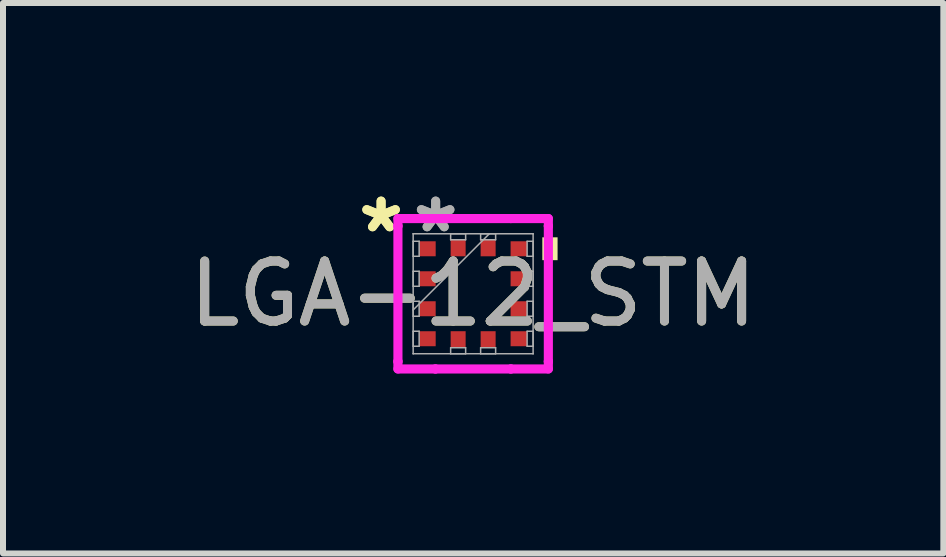
<source format=kicad_pcb>
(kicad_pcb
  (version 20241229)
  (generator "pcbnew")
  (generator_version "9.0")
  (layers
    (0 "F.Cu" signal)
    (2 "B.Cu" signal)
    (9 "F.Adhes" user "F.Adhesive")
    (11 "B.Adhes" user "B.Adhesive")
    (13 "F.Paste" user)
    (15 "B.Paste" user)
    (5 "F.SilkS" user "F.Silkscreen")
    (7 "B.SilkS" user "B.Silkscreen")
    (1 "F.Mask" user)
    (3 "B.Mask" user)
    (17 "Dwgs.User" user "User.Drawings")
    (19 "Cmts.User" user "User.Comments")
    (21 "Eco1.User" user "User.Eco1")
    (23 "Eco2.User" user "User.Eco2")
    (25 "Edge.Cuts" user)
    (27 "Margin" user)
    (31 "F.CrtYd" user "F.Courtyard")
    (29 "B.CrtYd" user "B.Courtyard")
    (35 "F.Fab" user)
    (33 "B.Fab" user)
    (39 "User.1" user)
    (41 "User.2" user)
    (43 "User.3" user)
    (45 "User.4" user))
  (footprint "LGA-12_STM"
    (layer "F.Cu")
    (at 4.839 1.848)
    (property "Reference" "LGA-12_STM" (at 0 0 0) (unlocked yes) (layer "F.SilkS") (effects (font (size 1 1) (thickness 0.15))))
    (attr smd)
    (fp_poly (pts (xy 1.408 -0.941) (xy 1.408 -0.56) (xy 1.154 -0.56) (xy 1.154 -0.941)) (stroke (width 0) (type solid)) (fill yes) (layer "F.SilkS"))
    (fp_line (start -1.254 -1.254) (end -0.629 -1.254) (stroke (width 0.152) (type solid)) (layer "F.CrtYd"))
    (fp_line (start -1.254 -1.129) (end -1.254 -1.254) (stroke (width 0.152) (type solid)) (layer "F.CrtYd"))
    (fp_line (start -1.254 -1.129) (end -1.254 -1.129) (stroke (width 0.152) (type solid)) (layer "F.CrtYd"))
    (fp_line (start -1.254 1.129) (end -1.254 -1.129) (stroke (width 0.152) (type solid)) (layer "F.CrtYd"))
    (fp_line (start -1.254 1.129) (end -1.254 1.129) (stroke (width 0.152) (type solid)) (layer "F.CrtYd"))
    (fp_line (start -1.254 1.254) (end -1.254 1.129) (stroke (width 0.152) (type solid)) (layer "F.CrtYd"))
    (fp_line (start -0.629 -1.254) (end -0.629 -1.254) (stroke (width 0.152) (type solid)) (layer "F.CrtYd"))
    (fp_line (start -0.629 -1.254) (end 0.629 -1.254) (stroke (width 0.152) (type solid)) (layer "F.CrtYd"))
    (fp_line (start -0.629 1.254) (end -1.254 1.254) (stroke (width 0.152) (type solid)) (layer "F.CrtYd"))
    (fp_line (start -0.629 1.254) (end -0.629 1.254) (stroke (width 0.152) (type solid)) (layer "F.CrtYd"))
    (fp_line (start 0.629 -1.254) (end 0.629 -1.254) (stroke (width 0.152) (type solid)) (layer "F.CrtYd"))
    (fp_line (start 0.629 -1.254) (end 1.254 -1.254) (stroke (width 0.152) (type solid)) (layer "F.CrtYd"))
    (fp_line (start 0.629 1.254) (end -0.629 1.254) (stroke (width 0.152) (type solid)) (layer "F.CrtYd"))
    (fp_line (start 0.629 1.254) (end 0.629 1.254) (stroke (width 0.152) (type solid)) (layer "F.CrtYd"))
    (fp_line (start 1.254 -1.254) (end 1.254 -1.129) (stroke (width 0.152) (type solid)) (layer "F.CrtYd"))
    (fp_line (start 1.254 -1.129) (end 1.254 -1.129) (stroke (width 0.152) (type solid)) (layer "F.CrtYd"))
    (fp_line (start 1.254 -1.129) (end 1.254 1.129) (stroke (width 0.152) (type solid)) (layer "F.CrtYd"))
    (fp_line (start 1.254 1.129) (end 1.254 1.129) (stroke (width 0.152) (type solid)) (layer "F.CrtYd"))
    (fp_line (start 1.254 1.129) (end 1.254 1.254) (stroke (width 0.152) (type solid)) (layer "F.CrtYd"))
    (fp_line (start 1.254 1.254) (end 0.629 1.254) (stroke (width 0.152) (type solid)) (layer "F.CrtYd"))
    (fp_line (start -1 -1) (end -1 -1) (stroke (width 0.025) (type solid)) (layer "F.Fab"))
    (fp_line (start -1 -1) (end -1 1) (stroke (width 0.025) (type solid)) (layer "F.Fab"))
    (fp_line (start -1 -0.875) (end -0.9 -0.875) (stroke (width 0.025) (type solid)) (layer "F.Fab"))
    (fp_line (start -1 -0.625) (end -1 -0.875) (stroke (width 0.025) (type solid)) (layer "F.Fab"))
    (fp_line (start -1 -0.375) (end -0.9 -0.375) (stroke (width 0.025) (type solid)) (layer "F.Fab"))
    (fp_line (start -1 -0.125) (end -1 -0.375) (stroke (width 0.025) (type solid)) (layer "F.Fab"))
    (fp_line (start -1 0.125) (end -0.9 0.125) (stroke (width 0.025) (type solid)) (layer "F.Fab"))
    (fp_line (start -1 0.27) (end 0.27 -1) (stroke (width 0.025) (type solid)) (layer "F.Fab"))
    (fp_line (start -1 0.375) (end -1 0.125) (stroke (width 0.025) (type solid)) (layer "F.Fab"))
    (fp_line (start -1 0.625) (end -0.9 0.625) (stroke (width 0.025) (type solid)) (layer "F.Fab"))
    (fp_line (start -1 0.875) (end -1 0.625) (stroke (width 0.025) (type solid)) (layer "F.Fab"))
    (fp_line (start -1 1) (end -1 1) (stroke (width 0.025) (type solid)) (layer "F.Fab"))
    (fp_line (start -1 1) (end 1 1) (stroke (width 0.025) (type solid)) (layer "F.Fab"))
    (fp_line (start -0.9 -0.875) (end -0.9 -0.625) (stroke (width 0.025) (type solid)) (layer "F.Fab"))
    (fp_line (start -0.9 -0.625) (end -1 -0.625) (stroke (width 0.025) (type solid)) (layer "F.Fab"))
    (fp_line (start -0.9 -0.375) (end -0.9 -0.125) (stroke (width 0.025) (type solid)) (layer "F.Fab"))
    (fp_line (start -0.9 -0.125) (end -1 -0.125) (stroke (width 0.025) (type solid)) (layer "F.Fab"))
    (fp_line (start -0.9 0.125) (end -0.9 0.375) (stroke (width 0.025) (type solid)) (layer "F.Fab"))
    (fp_line (start -0.9 0.375) (end -1 0.375) (stroke (width 0.025) (type solid)) (layer "F.Fab"))
    (fp_line (start -0.9 0.625) (end -0.9 0.875) (stroke (width 0.025) (type solid)) (layer "F.Fab"))
    (fp_line (start -0.9 0.875) (end -1 0.875) (stroke (width 0.025) (type solid)) (layer "F.Fab"))
    (fp_line (start -0.375 -1) (end -0.125 -1) (stroke (width 0.025) (type solid)) (layer "F.Fab"))
    (fp_line (start -0.375 -0.9) (end -0.375 -1) (stroke (width 0.025) (type solid)) (layer "F.Fab"))
    (fp_line (start -0.375 0.9) (end -0.125 0.9) (stroke (width 0.025) (type solid)) (layer "F.Fab"))
    (fp_line (start -0.375 1) (end -0.375 0.9) (stroke (width 0.025) (type solid)) (layer "F.Fab"))
    (fp_line (start -0.125 -1) (end -0.125 -0.9) (stroke (width 0.025) (type solid)) (layer "F.Fab"))
    (fp_line (start -0.125 -0.9) (end -0.375 -0.9) (stroke (width 0.025) (type solid)) (layer "F.Fab"))
    (fp_line (start -0.125 0.9) (end -0.125 1) (stroke (width 0.025) (type solid)) (layer "F.Fab"))
    (fp_line (start -0.125 1) (end -0.375 1) (stroke (width 0.025) (type solid)) (layer "F.Fab"))
    (fp_line (start 0.125 -1) (end 0.375 -1) (stroke (width 0.025) (type solid)) (layer "F.Fab"))
    (fp_line (start 0.125 -0.9) (end 0.125 -1) (stroke (width 0.025) (type solid)) (layer "F.Fab"))
    (fp_line (start 0.125 0.9) (end 0.375 0.9) (stroke (width 0.025) (type solid)) (layer "F.Fab"))
    (fp_line (start 0.125 1) (end 0.125 0.9) (stroke (width 0.025) (type solid)) (layer "F.Fab"))
    (fp_line (start 0.375 -1) (end 0.375 -0.9) (stroke (width 0.025) (type solid)) (layer "F.Fab"))
    (fp_line (start 0.375 -0.9) (end 0.125 -0.9) (stroke (width 0.025) (type solid)) (layer "F.Fab"))
    (fp_line (start 0.375 0.9) (end 0.375 1) (stroke (width 0.025) (type solid)) (layer "F.Fab"))
    (fp_line (start 0.375 1) (end 0.125 1) (stroke (width 0.025) (type solid)) (layer "F.Fab"))
    (fp_line (start 0.9 -0.875) (end 1 -0.875) (stroke (width 0.025) (type solid)) (layer "F.Fab"))
    (fp_line (start 0.9 -0.625) (end 0.9 -0.875) (stroke (width 0.025) (type solid)) (layer "F.Fab"))
    (fp_line (start 0.9 -0.375) (end 1 -0.375) (stroke (width 0.025) (type solid)) (layer "F.Fab"))
    (fp_line (start 0.9 -0.125) (end 0.9 -0.375) (stroke (width 0.025) (type solid)) (layer "F.Fab"))
    (fp_line (start 0.9 0.125) (end 1 0.125) (stroke (width 0.025) (type solid)) (layer "F.Fab"))
    (fp_line (start 0.9 0.375) (end 0.9 0.125) (stroke (width 0.025) (type solid)) (layer "F.Fab"))
    (fp_line (start 0.9 0.625) (end 1 0.625) (stroke (width 0.025) (type solid)) (layer "F.Fab"))
    (fp_line (start 0.9 0.875) (end 0.9 0.625) (stroke (width 0.025) (type solid)) (layer "F.Fab"))
    (fp_line (start 1 -1) (end -1 -1) (stroke (width 0.025) (type solid)) (layer "F.Fab"))
    (fp_line (start 1 -1) (end 1 -1) (stroke (width 0.025) (type solid)) (layer "F.Fab"))
    (fp_line (start 1 -0.875) (end 1 -0.625) (stroke (width 0.025) (type solid)) (layer "F.Fab"))
    (fp_line (start 1 -0.625) (end 0.9 -0.625) (stroke (width 0.025) (type solid)) (layer "F.Fab"))
    (fp_line (start 1 -0.375) (end 1 -0.125) (stroke (width 0.025) (type solid)) (layer "F.Fab"))
    (fp_line (start 1 -0.125) (end 0.9 -0.125) (stroke (width 0.025) (type solid)) (layer "F.Fab"))
    (fp_line (start 1 0.125) (end 1 0.375) (stroke (width 0.025) (type solid)) (layer "F.Fab"))
    (fp_line (start 1 0.375) (end 0.9 0.375) (stroke (width 0.025) (type solid)) (layer "F.Fab"))
    (fp_line (start 1 0.625) (end 1 0.875) (stroke (width 0.025) (type solid)) (layer "F.Fab"))
    (fp_line (start 1 0.875) (end 0.9 0.875) (stroke (width 0.025) (type solid)) (layer "F.Fab"))
    (fp_line (start 1 1) (end 1 -1) (stroke (width 0.025) (type solid)) (layer "F.Fab"))
    (fp_line (start 1 1) (end 1 1) (stroke (width 0.025) (type solid)) (layer "F.Fab"))
    (fp_text user "*" (at -1.535 -1 0) (unlocked yes) (layer "F.SilkS") (effects (font (size 1 1) (thickness 0.15))))
    (fp_text user "*" (at -1.535 -1 0) (layer "F.SilkS") (effects (font (size 1 1) (thickness 0.15))))
    (fp_text user "*" (at -0.625 -1 0) (unlocked yes) (layer "F.Fab") (effects (font (size 1 1) (thickness 0.15))))
    (fp_text user "${REFERENCE}" (at 0 0 0) (unlocked yes) (layer "F.Fab") (effects (font (size 1 1) (thickness 0.15))))
    (fp_text user "*" (at -0.625 -1 0) (layer "F.Fab") (effects (font (size 1 1) (thickness 0.15))))
    (pad "1" smd rect (at -0.762 -0.75 90) (size 0.25 0.275) (layers "F.Cu" "F.Mask" "F.Paste"))
    (pad "2" smd rect (at -0.762 -0.25 90) (size 0.25 0.275) (layers "F.Cu" "F.Mask" "F.Paste"))
    (pad "3" smd rect (at -0.762 0.25 90) (size 0.25 0.275) (layers "F.Cu" "F.Mask" "F.Paste"))
    (pad "4" smd rect (at -0.762 0.75 90) (size 0.25 0.275) (layers "F.Cu" "F.Mask" "F.Paste"))
    (pad "5" smd rect (at -0.25 0.762) (size 0.25 0.275) (layers "F.Cu" "F.Mask" "F.Paste"))
    (pad "6" smd rect (at 0.25 0.762) (size 0.25 0.275) (layers "F.Cu" "F.Mask" "F.Paste"))
    (pad "7" smd rect (at 0.762 0.75 90) (size 0.25 0.275) (layers "F.Cu" "F.Mask" "F.Paste"))
    (pad "8" smd rect (at 0.762 0.25 90) (size 0.25 0.275) (layers "F.Cu" "F.Mask" "F.Paste"))
    (pad "9" smd rect (at 0.762 -0.25 90) (size 0.25 0.275) (layers "F.Cu" "F.Mask" "F.Paste"))
    (pad "10" smd rect (at 0.762 -0.75 90) (size 0.25 0.275) (layers "F.Cu" "F.Mask" "F.Paste"))
    (pad "11" smd rect (at 0.25 -0.762) (size 0.25 0.275) (layers "F.Cu" "F.Mask" "F.Paste"))
    (pad "12" smd rect (at -0.25 -0.762) (size 0.25 0.275) (layers "F.Cu" "F.Mask" "F.Paste")))
  (gr_rect
    (start -3 -3)
    (end 12.679 6.178)
    (stroke (width 0.1) (type default))
    (fill no)
    (layer "Edge.Cuts")))
</source>
